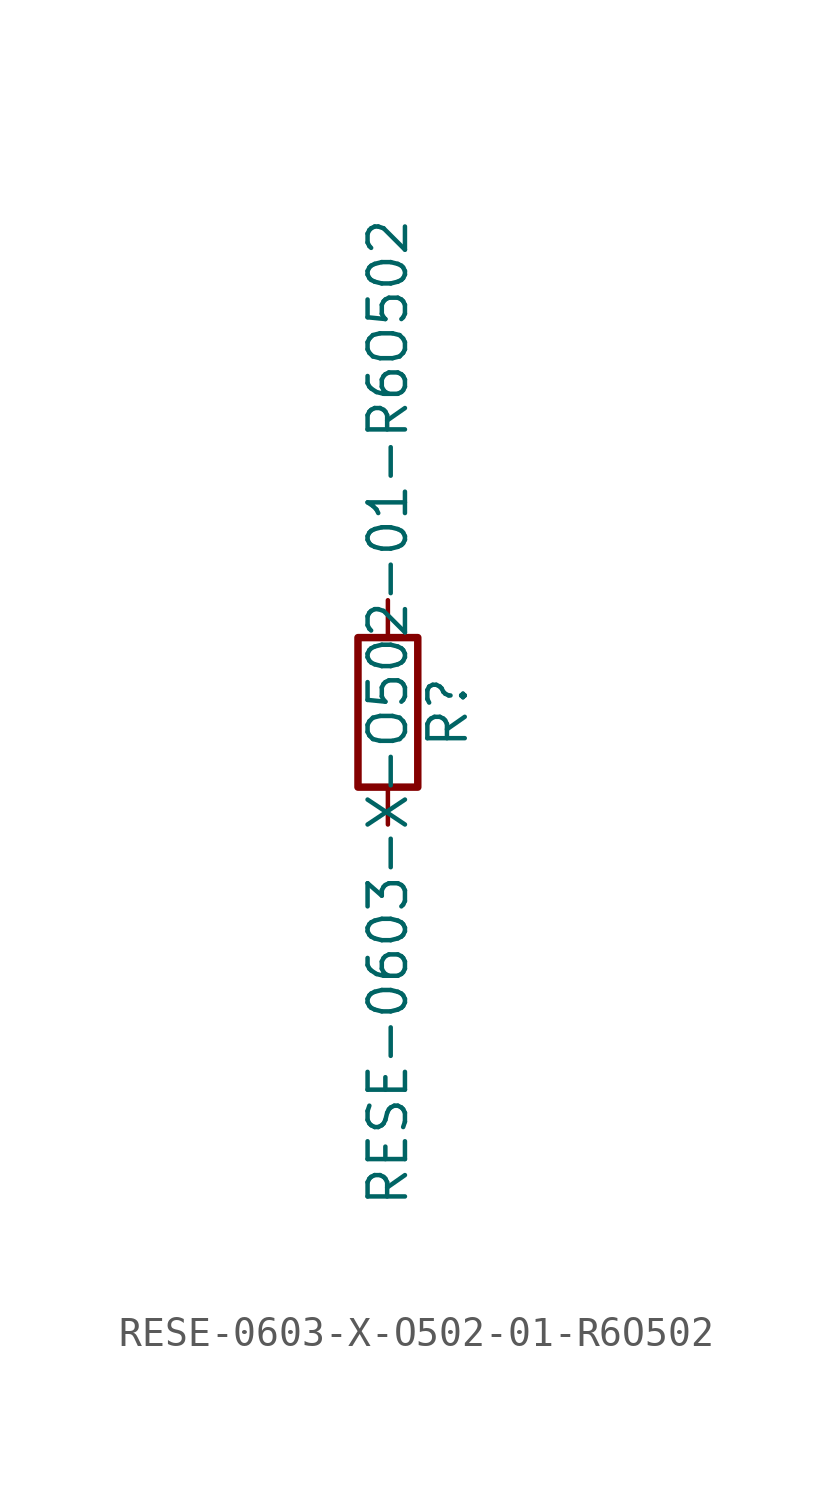
<source format=kicad_sym>
(kicad_symbol_lib
  (version 20211014)
  (generator kicad_symbol_editor)
  (symbol "RESE-0603-X-O502-01-R6O502"
    (pin_numbers hide)
    (pin_names
      (offset 0))
    (property "Reference" "R"
      (at 2.032 0 90)
      (effects (font (size 1.27 1.27))))
    (property "Value" "RESE-0603-X-O502-01-R6O502"
      (at 0 0 90)
      (effects (font (size 1.27 1.27))))
    (symbol "RESE-0603-X-O502-01-R6O502_0_1"
      (rectangle (start -1.016 -2.54) (end 1.016 2.54) (stroke (width 0.254) (type default) (color 0 0 0 0)) (fill (type none))))
    (symbol "RESE-0603-X-O502-01-R6O502_1_1"
      (pin passive line (at 0 3.81 270) (length 1.27) (name "~" (effects (font (size 1.27 1.27)))) (number "1" (effects (font (size 1.27 1.27)))))
      (pin passive line (at 0 -3.81 90) (length 1.27) (name "~" (effects (font (size 1.27 1.27)))) (number "2" (effects (font (size 1.27 1.27))))))))
</source>
